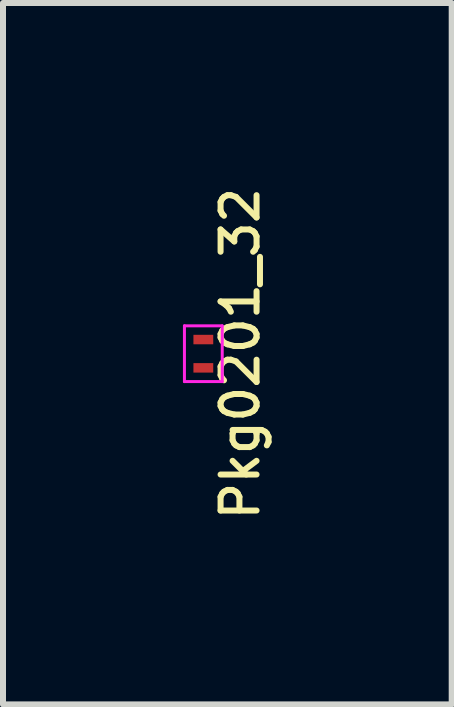
<source format=kicad_pcb>
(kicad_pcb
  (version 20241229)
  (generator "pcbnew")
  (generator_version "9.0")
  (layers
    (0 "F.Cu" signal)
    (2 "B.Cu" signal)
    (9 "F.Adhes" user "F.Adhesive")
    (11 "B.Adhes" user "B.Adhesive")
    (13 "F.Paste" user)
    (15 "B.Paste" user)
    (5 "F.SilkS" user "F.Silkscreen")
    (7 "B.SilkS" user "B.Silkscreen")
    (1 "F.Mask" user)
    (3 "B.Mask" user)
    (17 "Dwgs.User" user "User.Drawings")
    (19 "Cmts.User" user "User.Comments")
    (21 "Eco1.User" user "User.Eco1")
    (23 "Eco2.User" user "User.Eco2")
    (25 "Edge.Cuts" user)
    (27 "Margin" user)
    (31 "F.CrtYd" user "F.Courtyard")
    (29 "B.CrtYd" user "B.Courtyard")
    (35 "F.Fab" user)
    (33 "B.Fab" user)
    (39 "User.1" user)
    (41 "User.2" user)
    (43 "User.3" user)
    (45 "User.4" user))
  (footprint "Pkg0201_32"
    (layer "F.Cu")
    (at 0.34 2.847)
    (property "Reference" "Pkg0201_32" (at 0.615 0 90) (layer "F.SilkS") (effects (font (size 0.6 0.6) (thickness 0.1))))
    (fp_line (start -0.315 -0.465) (end -0.315 0.465) (stroke (width 0.05) (type solid)) (layer "F.CrtYd"))
    (fp_line (start -0.315 0.465) (end 0.315 0.465) (stroke (width 0.05) (type solid)) (layer "F.CrtYd"))
    (fp_line (start 0.315 -0.465) (end -0.315 -0.465) (stroke (width 0.05) (type solid)) (layer "F.CrtYd"))
    (fp_line (start 0.315 0.465) (end 0.315 -0.465) (stroke (width 0.05) (type solid)) (layer "F.CrtYd"))
    (pad "1" smd rect (at 0 -0.236) (size 0.33 0.158) (layers "F.Cu" "F.Mask" "F.Paste"))
    (pad "2" smd rect (at 0 0.236) (size 0.33 0.158) (layers "F.Cu" "F.Mask" "F.Paste")))
  (gr_rect
    (start -3 -3)
    (end 4.481 8.694)
    (stroke (width 0.1) (type default))
    (fill no)
    (layer "Edge.Cuts")))
</source>
